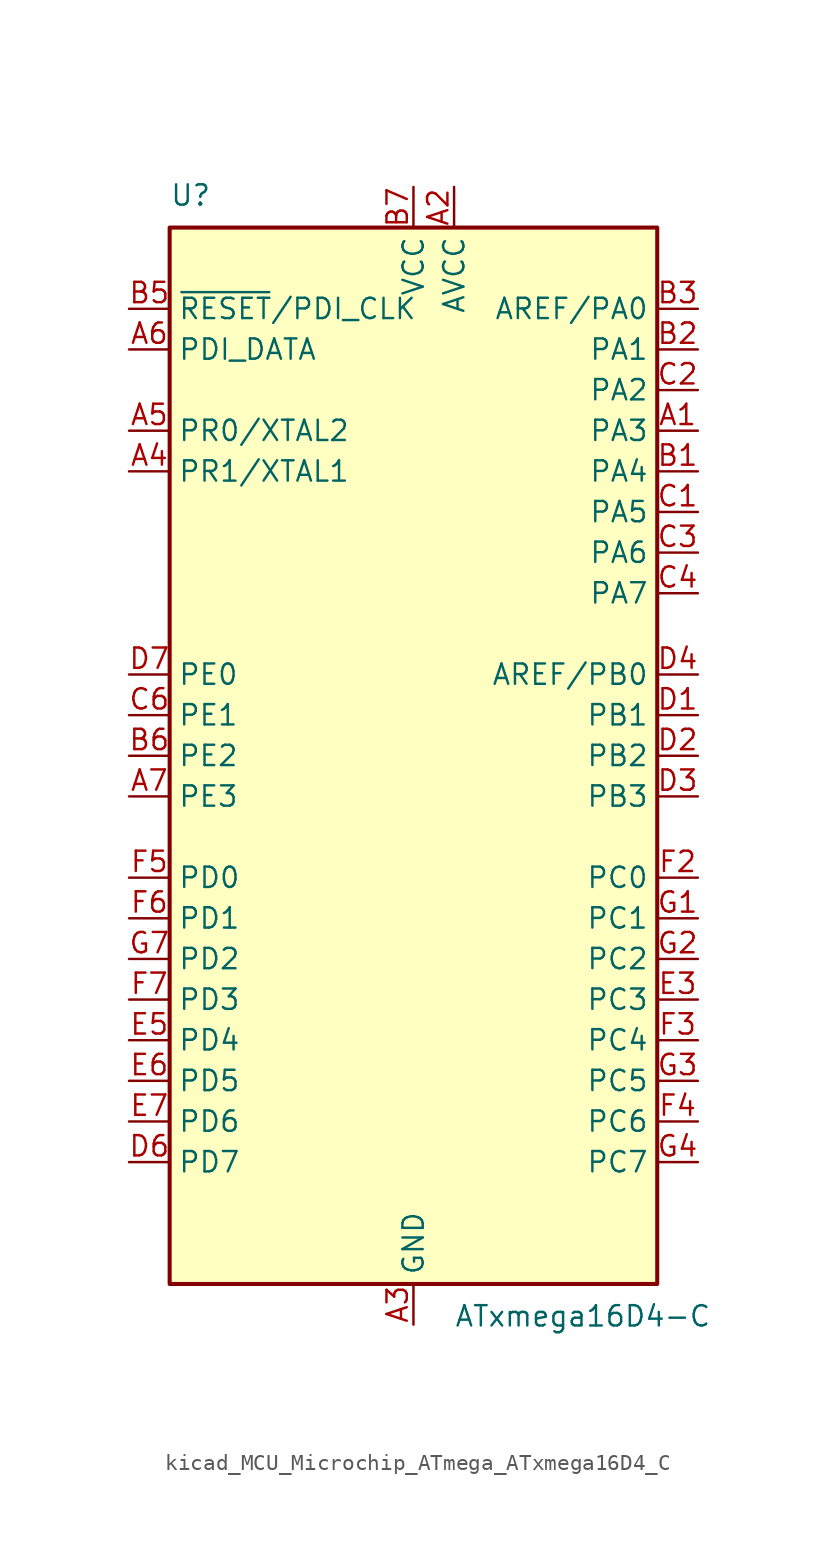
<source format=kicad_sym>
(kicad_symbol_lib
  (version 20220914)
  (generator kicad_symbol_editor)
  (symbol "kicad_MCU_Microchip_ATmega_ATxmega16D4_C"
    (property "Reference" "U"
      (at -15.24 34.29 0)
      (effects (font (size 1.27 1.27)) (justify left bottom)))
    (property "Value" "ATxmega16D4-C"
      (at 2.54 -34.29 0)
      (effects (font (size 1.27 1.27)) (justify left top)))
    (symbol "kicad_MCU_Microchip_ATmega_ATxmega16D4_C_0_1"
      (rectangle (start -15.24 -33.02) (end 15.24 33.02) (stroke (width 0.254) (type default)) (fill (type background))))
    (symbol "kicad_MCU_Microchip_ATmega_ATxmega16D4_C_1_1"
      (pin bidirectional line (at 17.78 20.32 180) (length 2.54) (name "PA3" (effects (font (size 1.27 1.27)))) (number "A1" (effects (font (size 1.27 1.27)))))
      (pin power_in line (at 2.54 35.56 270) (length 2.54) (name "AVCC" (effects (font (size 1.27 1.27)))) (number "A2" (effects (font (size 1.27 1.27)))))
      (pin power_in line (at 0 -35.56 90) (length 2.54) (name "GND" (effects (font (size 1.27 1.27)))) (number "A3" (effects (font (size 1.27 1.27)))))
      (pin bidirectional line (at -17.78 17.78 0) (length 2.54) (name "PR1/XTAL1" (effects (font (size 1.27 1.27)))) (number "A4" (effects (font (size 1.27 1.27)))))
      (pin bidirectional line (at -17.78 20.32 0) (length 2.54) (name "PR0/XTAL2" (effects (font (size 1.27 1.27)))) (number "A5" (effects (font (size 1.27 1.27)))))
      (pin bidirectional line (at -17.78 25.4 0) (length 2.54) (name "PDI_DATA" (effects (font (size 1.27 1.27)))) (number "A6" (effects (font (size 1.27 1.27)))))
      (pin bidirectional line (at -17.78 -2.54 0) (length 2.54) (name "PE3" (effects (font (size 1.27 1.27)))) (number "A7" (effects (font (size 1.27 1.27)))))
      (pin bidirectional line (at 17.78 17.78 180) (length 2.54) (name "PA4" (effects (font (size 1.27 1.27)))) (number "B1" (effects (font (size 1.27 1.27)))))
      (pin bidirectional line (at 17.78 25.4 180) (length 2.54) (name "PA1" (effects (font (size 1.27 1.27)))) (number "B2" (effects (font (size 1.27 1.27)))))
      (pin bidirectional line (at 17.78 27.94 180) (length 2.54) (name "AREF/PA0" (effects (font (size 1.27 1.27)))) (number "B3" (effects (font (size 1.27 1.27)))))
      (pin passive line (at 0 -35.56 90) (length 2.54) hide (name "GND" (effects (font (size 1.27 1.27)))) (number "B4" (effects (font (size 1.27 1.27)))))
      (pin input line (at -17.78 27.94 0) (length 2.54) (name "~{RESET}/PDI_CLK" (effects (font (size 1.27 1.27)))) (number "B5" (effects (font (size 1.27 1.27)))))
      (pin bidirectional line (at -17.78 0 0) (length 2.54) (name "PE2" (effects (font (size 1.27 1.27)))) (number "B6" (effects (font (size 1.27 1.27)))))
      (pin power_in line (at 0 35.56 270) (length 2.54) (name "VCC" (effects (font (size 1.27 1.27)))) (number "B7" (effects (font (size 1.27 1.27)))))
      (pin bidirectional line (at 17.78 15.24 180) (length 2.54) (name "PA5" (effects (font (size 1.27 1.27)))) (number "C1" (effects (font (size 1.27 1.27)))))
      (pin bidirectional line (at 17.78 22.86 180) (length 2.54) (name "PA2" (effects (font (size 1.27 1.27)))) (number "C2" (effects (font (size 1.27 1.27)))))
      (pin bidirectional line (at 17.78 12.7 180) (length 2.54) (name "PA6" (effects (font (size 1.27 1.27)))) (number "C3" (effects (font (size 1.27 1.27)))))
      (pin bidirectional line (at 17.78 10.16 180) (length 2.54) (name "PA7" (effects (font (size 1.27 1.27)))) (number "C4" (effects (font (size 1.27 1.27)))))
      (pin passive line (at 0 -35.56 90) (length 2.54) hide (name "GND" (effects (font (size 1.27 1.27)))) (number "C5" (effects (font (size 1.27 1.27)))))
      (pin bidirectional line (at -17.78 2.54 0) (length 2.54) (name "PE1" (effects (font (size 1.27 1.27)))) (number "C6" (effects (font (size 1.27 1.27)))))
      (pin passive line (at 0 -35.56 90) (length 2.54) hide (name "GND" (effects (font (size 1.27 1.27)))) (number "C7" (effects (font (size 1.27 1.27)))))
      (pin bidirectional line (at 17.78 2.54 180) (length 2.54) (name "PB1" (effects (font (size 1.27 1.27)))) (number "D1" (effects (font (size 1.27 1.27)))))
      (pin bidirectional line (at 17.78 0 180) (length 2.54) (name "PB2" (effects (font (size 1.27 1.27)))) (number "D2" (effects (font (size 1.27 1.27)))))
      (pin bidirectional line (at 17.78 -2.54 180) (length 2.54) (name "PB3" (effects (font (size 1.27 1.27)))) (number "D3" (effects (font (size 1.27 1.27)))))
      (pin bidirectional line (at 17.78 5.08 180) (length 2.54) (name "AREF/PB0" (effects (font (size 1.27 1.27)))) (number "D4" (effects (font (size 1.27 1.27)))))
      (pin passive line (at 0 -35.56 90) (length 2.54) hide (name "GND" (effects (font (size 1.27 1.27)))) (number "D5" (effects (font (size 1.27 1.27)))))
      (pin bidirectional line (at -17.78 -25.4 0) (length 2.54) (name "PD7" (effects (font (size 1.27 1.27)))) (number "D6" (effects (font (size 1.27 1.27)))))
      (pin bidirectional line (at -17.78 5.08 0) (length 2.54) (name "PE0" (effects (font (size 1.27 1.27)))) (number "D7" (effects (font (size 1.27 1.27)))))
      (pin passive line (at 0 -35.56 90) (length 2.54) hide (name "GND" (effects (font (size 1.27 1.27)))) (number "E1" (effects (font (size 1.27 1.27)))))
      (pin passive line (at 0 -35.56 90) (length 2.54) hide (name "GND" (effects (font (size 1.27 1.27)))) (number "E2" (effects (font (size 1.27 1.27)))))
      (pin bidirectional line (at 17.78 -15.24 180) (length 2.54) (name "PC3" (effects (font (size 1.27 1.27)))) (number "E3" (effects (font (size 1.27 1.27)))))
      (pin passive line (at 0 -35.56 90) (length 2.54) hide (name "GND" (effects (font (size 1.27 1.27)))) (number "E4" (effects (font (size 1.27 1.27)))))
      (pin bidirectional line (at -17.78 -17.78 0) (length 2.54) (name "PD4" (effects (font (size 1.27 1.27)))) (number "E5" (effects (font (size 1.27 1.27)))))
      (pin bidirectional line (at -17.78 -20.32 0) (length 2.54) (name "PD5" (effects (font (size 1.27 1.27)))) (number "E6" (effects (font (size 1.27 1.27)))))
      (pin bidirectional line (at -17.78 -22.86 0) (length 2.54) (name "PD6" (effects (font (size 1.27 1.27)))) (number "E7" (effects (font (size 1.27 1.27)))))
      (pin passive line (at 0 35.56 270) (length 2.54) hide (name "VCC" (effects (font (size 1.27 1.27)))) (number "F1" (effects (font (size 1.27 1.27)))))
      (pin bidirectional line (at 17.78 -7.62 180) (length 2.54) (name "PC0" (effects (font (size 1.27 1.27)))) (number "F2" (effects (font (size 1.27 1.27)))))
      (pin bidirectional line (at 17.78 -17.78 180) (length 2.54) (name "PC4" (effects (font (size 1.27 1.27)))) (number "F3" (effects (font (size 1.27 1.27)))))
      (pin bidirectional line (at 17.78 -22.86 180) (length 2.54) (name "PC6" (effects (font (size 1.27 1.27)))) (number "F4" (effects (font (size 1.27 1.27)))))
      (pin bidirectional line (at -17.78 -7.62 0) (length 2.54) (name "PD0" (effects (font (size 1.27 1.27)))) (number "F5" (effects (font (size 1.27 1.27)))))
      (pin bidirectional line (at -17.78 -10.16 0) (length 2.54) (name "PD1" (effects (font (size 1.27 1.27)))) (number "F6" (effects (font (size 1.27 1.27)))))
      (pin bidirectional line (at -17.78 -15.24 0) (length 2.54) (name "PD3" (effects (font (size 1.27 1.27)))) (number "F7" (effects (font (size 1.27 1.27)))))
      (pin bidirectional line (at 17.78 -10.16 180) (length 2.54) (name "PC1" (effects (font (size 1.27 1.27)))) (number "G1" (effects (font (size 1.27 1.27)))))
      (pin bidirectional line (at 17.78 -12.7 180) (length 2.54) (name "PC2" (effects (font (size 1.27 1.27)))) (number "G2" (effects (font (size 1.27 1.27)))))
      (pin bidirectional line (at 17.78 -20.32 180) (length 2.54) (name "PC5" (effects (font (size 1.27 1.27)))) (number "G3" (effects (font (size 1.27 1.27)))))
      (pin bidirectional line (at 17.78 -25.4 180) (length 2.54) (name "PC7" (effects (font (size 1.27 1.27)))) (number "G4" (effects (font (size 1.27 1.27)))))
      (pin passive line (at 0 -35.56 90) (length 2.54) hide (name "GND" (effects (font (size 1.27 1.27)))) (number "G5" (effects (font (size 1.27 1.27)))))
      (pin passive line (at 0 35.56 270) (length 2.54) hide (name "VCC" (effects (font (size 1.27 1.27)))) (number "G6" (effects (font (size 1.27 1.27)))))
      (pin bidirectional line (at -17.78 -12.7 0) (length 2.54) (name "PD2" (effects (font (size 1.27 1.27)))) (number "G7" (effects (font (size 1.27 1.27))))))))
</source>
